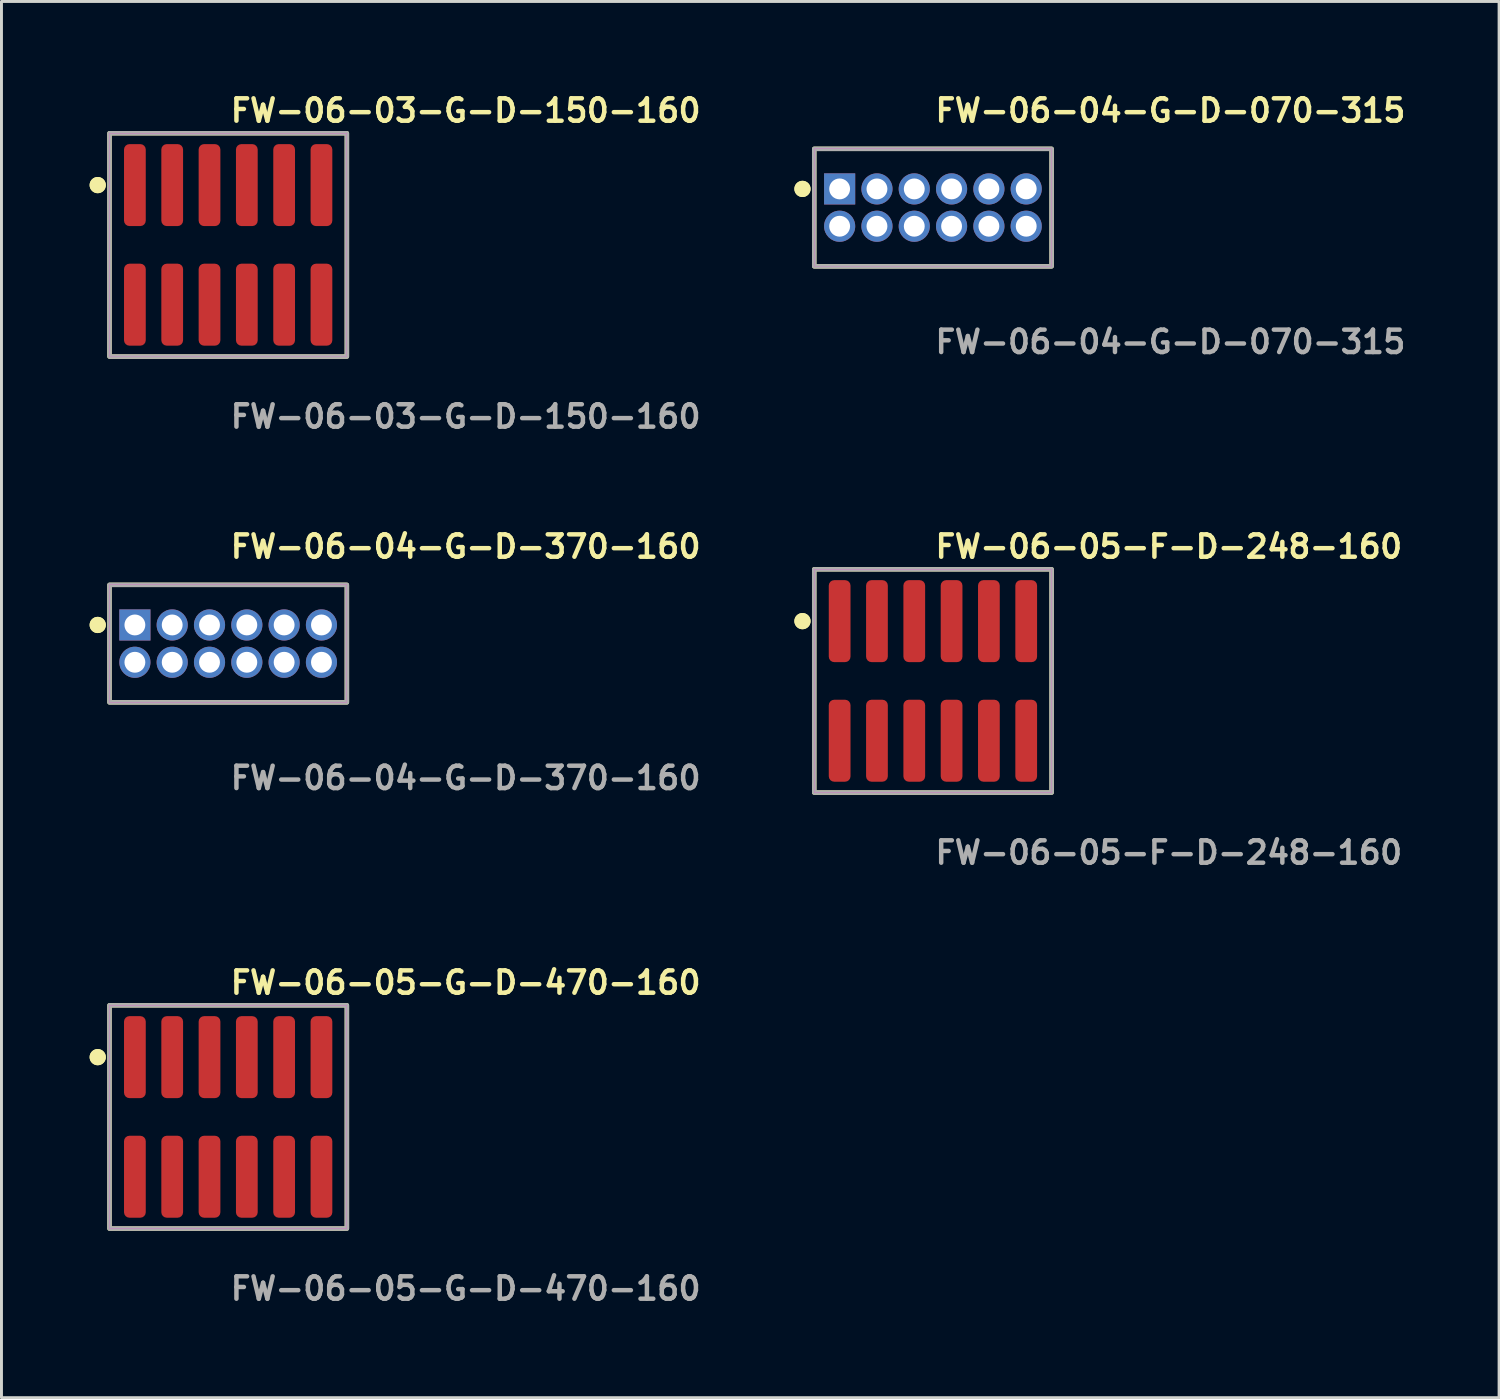
<source format=kicad_pcb>
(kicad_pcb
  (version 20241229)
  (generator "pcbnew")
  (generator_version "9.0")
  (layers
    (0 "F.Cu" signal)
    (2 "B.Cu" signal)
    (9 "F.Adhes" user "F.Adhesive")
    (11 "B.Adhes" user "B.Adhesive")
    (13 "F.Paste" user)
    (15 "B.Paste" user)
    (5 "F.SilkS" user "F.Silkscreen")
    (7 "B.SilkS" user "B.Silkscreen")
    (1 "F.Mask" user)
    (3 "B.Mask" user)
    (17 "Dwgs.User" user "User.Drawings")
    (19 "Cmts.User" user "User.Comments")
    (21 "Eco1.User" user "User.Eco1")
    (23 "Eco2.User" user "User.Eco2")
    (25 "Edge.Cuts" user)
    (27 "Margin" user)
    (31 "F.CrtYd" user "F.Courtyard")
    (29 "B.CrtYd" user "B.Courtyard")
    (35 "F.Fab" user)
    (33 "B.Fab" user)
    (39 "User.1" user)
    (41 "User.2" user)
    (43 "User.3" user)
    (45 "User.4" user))
  (footprint "FW-06-04-G-D-070-315"
    (layer "F.Cu")
    (at 28.703 4.015)
    (property "Reference" "FW-06-04-G-D-070-315" (at 0 -3.302 0) (unlocked yes) (layer "F.SilkS") (effects (font (size 0.762 0.762) (thickness 0.152)) (justify left)))
    (fp_rect (start -4.04 2) (end 4.04 -2) (stroke (width 0.152) (type solid)) (fill no) (layer "F.SilkS"))
    (fp_circle (center -4.44 -0.635) (end -4.64 -0.635) (stroke (width 0.152) (type solid)) (fill yes) (layer "F.SilkS"))
    (fp_circle (center -4.44 -0.635) (end -4.64 -0.635) (stroke (width 0.152) (type solid)) (fill yes) (layer "F.SilkS"))
    (fp_rect (start -4.04 2) (end 4.04 -2) (stroke (width 0.006) (type solid)) (fill no) (layer "F.CrtYd"))
    (fp_rect (start -4.04 2) (end 4.04 -2) (stroke (width 0.152) (type solid)) (fill no) (layer "F.Fab"))
    (fp_text user "${REFERENCE}" (at 0 4.572 0) (unlocked yes) (layer "F.Fab") (effects (font (size 0.762 0.762) (thickness 0.152)) (justify left)))
    (pad "1" thru_hole rect (at -3.175 -0.635) (size 1.06 1.06) (drill 0.71) (layers "*.Cu" "*.Mask"))
    (pad "2" thru_hole circle (at -3.175 0.635) (size 1.06 1.06) (drill 0.71) (layers "*.Cu" "*.Mask"))
    (pad "3" thru_hole circle (at -1.905 -0.635) (size 1.06 1.06) (drill 0.71) (layers "*.Cu" "*.Mask"))
    (pad "4" thru_hole circle (at -1.905 0.635) (size 1.06 1.06) (drill 0.71) (layers "*.Cu" "*.Mask"))
    (pad "5" thru_hole circle (at -0.635 -0.635) (size 1.06 1.06) (drill 0.71) (layers "*.Cu" "*.Mask"))
    (pad "6" thru_hole circle (at -0.635 0.635) (size 1.06 1.06) (drill 0.71) (layers "*.Cu" "*.Mask"))
    (pad "7" thru_hole circle (at 0.635 -0.635) (size 1.06 1.06) (drill 0.71) (layers "*.Cu" "*.Mask"))
    (pad "8" thru_hole circle (at 0.635 0.635) (size 1.06 1.06) (drill 0.71) (layers "*.Cu" "*.Mask"))
    (pad "9" thru_hole circle (at 1.905 -0.635) (size 1.06 1.06) (drill 0.71) (layers "*.Cu" "*.Mask"))
    (pad "10" thru_hole circle (at 1.905 0.635) (size 1.06 1.06) (drill 0.71) (layers "*.Cu" "*.Mask"))
    (pad "11" thru_hole circle (at 3.175 -0.635) (size 1.06 1.06) (drill 0.71) (layers "*.Cu" "*.Mask"))
    (pad "12" thru_hole circle (at 3.175 0.635) (size 1.06 1.06) (drill 0.71) (layers "*.Cu" "*.Mask")))
  (footprint "FW-06-05-F-D-248-160"
    (layer "F.Cu")
    (at 28.703 20.126)
    (property "Reference" "FW-06-05-F-D-248-160" (at 0 -4.572 0) (unlocked yes) (layer "F.SilkS") (effects (font (size 0.762 0.762) (thickness 0.152)) (justify left)))
    (fp_rect (start -4.04 3.8) (end 4.04 -3.8) (stroke (width 0.152) (type solid)) (fill no) (layer "F.SilkS"))
    (fp_circle (center -4.44 -2.035) (end -4.64 -2.035) (stroke (width 0.152) (type solid)) (fill yes) (layer "F.SilkS"))
    (fp_circle (center -4.44 -2.035) (end -4.64 -2.035) (stroke (width 0.152) (type solid)) (fill yes) (layer "F.SilkS"))
    (fp_rect (start -4.04 3.8) (end 4.04 -3.8) (stroke (width 0.006) (type solid)) (fill no) (layer "F.CrtYd"))
    (fp_rect (start -4.04 3.8) (end 4.04 -3.8) (stroke (width 0.152) (type solid)) (fill no) (layer "F.Fab"))
    (fp_text user "${REFERENCE}" (at 0 5.842 0) (unlocked yes) (layer "F.Fab") (effects (font (size 0.762 0.762) (thickness 0.152)) (justify left)))
    (pad "1" smd roundrect (at -3.175 -2.035) (size 0.74 2.79) (layers "F.Cu" "F.Paste") (roundrect_rratio 0.25))
    (pad "2" smd roundrect (at -3.175 2.035) (size 0.74 2.79) (layers "F.Cu" "F.Paste") (roundrect_rratio 0.25))
    (pad "3" smd roundrect (at -1.905 -2.035) (size 0.74 2.79) (layers "F.Cu" "F.Paste") (roundrect_rratio 0.25))
    (pad "4" smd roundrect (at -1.905 2.035) (size 0.74 2.79) (layers "F.Cu" "F.Paste") (roundrect_rratio 0.25))
    (pad "5" smd roundrect (at -0.635 -2.035) (size 0.74 2.79) (layers "F.Cu" "F.Paste") (roundrect_rratio 0.25))
    (pad "6" smd roundrect (at -0.635 2.035) (size 0.74 2.79) (layers "F.Cu" "F.Paste") (roundrect_rratio 0.25))
    (pad "7" smd roundrect (at 0.635 -2.035) (size 0.74 2.79) (layers "F.Cu" "F.Paste") (roundrect_rratio 0.25))
    (pad "8" smd roundrect (at 0.635 2.035) (size 0.74 2.79) (layers "F.Cu" "F.Paste") (roundrect_rratio 0.25))
    (pad "9" smd roundrect (at 1.905 -2.035) (size 0.74 2.79) (layers "F.Cu" "F.Paste") (roundrect_rratio 0.25))
    (pad "10" smd roundrect (at 1.905 2.035) (size 0.74 2.79) (layers "F.Cu" "F.Paste") (roundrect_rratio 0.25))
    (pad "11" smd roundrect (at 3.175 -2.035) (size 0.74 2.79) (layers "F.Cu" "F.Paste") (roundrect_rratio 0.25))
    (pad "12" smd roundrect (at 3.175 2.035) (size 0.74 2.79) (layers "F.Cu" "F.Paste") (roundrect_rratio 0.25)))
  (footprint "FW-06-05-G-D-470-160"
    (layer "F.Cu")
    (at 4.716 34.966)
    (property "Reference" "FW-06-05-G-D-470-160" (at 0 -4.572 0) (unlocked yes) (layer "F.SilkS") (effects (font (size 0.762 0.762) (thickness 0.152)) (justify left)))
    (fp_rect (start -4.04 3.8) (end 4.04 -3.8) (stroke (width 0.152) (type solid)) (fill no) (layer "F.SilkS"))
    (fp_circle (center -4.44 -2.035) (end -4.64 -2.035) (stroke (width 0.152) (type solid)) (fill yes) (layer "F.SilkS"))
    (fp_circle (center -4.44 -2.035) (end -4.64 -2.035) (stroke (width 0.152) (type solid)) (fill yes) (layer "F.SilkS"))
    (fp_rect (start -4.04 3.8) (end 4.04 -3.8) (stroke (width 0.006) (type solid)) (fill no) (layer "F.CrtYd"))
    (fp_rect (start -4.04 3.8) (end 4.04 -3.8) (stroke (width 0.152) (type solid)) (fill no) (layer "F.Fab"))
    (fp_text user "${REFERENCE}" (at 0 5.842 0) (unlocked yes) (layer "F.Fab") (effects (font (size 0.762 0.762) (thickness 0.152)) (justify left)))
    (pad "1" smd roundrect (at -3.175 -2.035) (size 0.74 2.79) (layers "F.Cu" "F.Paste") (roundrect_rratio 0.25))
    (pad "2" smd roundrect (at -3.175 2.035) (size 0.74 2.79) (layers "F.Cu" "F.Paste") (roundrect_rratio 0.25))
    (pad "3" smd roundrect (at -1.905 -2.035) (size 0.74 2.79) (layers "F.Cu" "F.Paste") (roundrect_rratio 0.25))
    (pad "4" smd roundrect (at -1.905 2.035) (size 0.74 2.79) (layers "F.Cu" "F.Paste") (roundrect_rratio 0.25))
    (pad "5" smd roundrect (at -0.635 -2.035) (size 0.74 2.79) (layers "F.Cu" "F.Paste") (roundrect_rratio 0.25))
    (pad "6" smd roundrect (at -0.635 2.035) (size 0.74 2.79) (layers "F.Cu" "F.Paste") (roundrect_rratio 0.25))
    (pad "7" smd roundrect (at 0.635 -2.035) (size 0.74 2.79) (layers "F.Cu" "F.Paste") (roundrect_rratio 0.25))
    (pad "8" smd roundrect (at 0.635 2.035) (size 0.74 2.79) (layers "F.Cu" "F.Paste") (roundrect_rratio 0.25))
    (pad "9" smd roundrect (at 1.905 -2.035) (size 0.74 2.79) (layers "F.Cu" "F.Paste") (roundrect_rratio 0.25))
    (pad "10" smd roundrect (at 1.905 2.035) (size 0.74 2.79) (layers "F.Cu" "F.Paste") (roundrect_rratio 0.25))
    (pad "11" smd roundrect (at 3.175 -2.035) (size 0.74 2.79) (layers "F.Cu" "F.Paste") (roundrect_rratio 0.25))
    (pad "12" smd roundrect (at 3.175 2.035) (size 0.74 2.79) (layers "F.Cu" "F.Paste") (roundrect_rratio 0.25)))
  (footprint "FW-06-04-G-D-370-160"
    (layer "F.Cu")
    (at 4.716 18.856)
    (property "Reference" "FW-06-04-G-D-370-160" (at 0 -3.302 0) (unlocked yes) (layer "F.SilkS") (effects (font (size 0.762 0.762) (thickness 0.152)) (justify left)))
    (fp_rect (start -4.04 2) (end 4.04 -2) (stroke (width 0.152) (type solid)) (fill no) (layer "F.SilkS"))
    (fp_circle (center -4.44 -0.635) (end -4.64 -0.635) (stroke (width 0.152) (type solid)) (fill yes) (layer "F.SilkS"))
    (fp_circle (center -4.44 -0.635) (end -4.64 -0.635) (stroke (width 0.152) (type solid)) (fill yes) (layer "F.SilkS"))
    (fp_rect (start -4.04 2) (end 4.04 -2) (stroke (width 0.006) (type solid)) (fill no) (layer "F.CrtYd"))
    (fp_rect (start -4.04 2) (end 4.04 -2) (stroke (width 0.152) (type solid)) (fill no) (layer "F.Fab"))
    (fp_text user "${REFERENCE}" (at 0 4.572 0) (unlocked yes) (layer "F.Fab") (effects (font (size 0.762 0.762) (thickness 0.152)) (justify left)))
    (pad "1" thru_hole rect (at -3.175 -0.635) (size 1.06 1.06) (drill 0.71) (layers "*.Cu" "*.Mask"))
    (pad "2" thru_hole circle (at -3.175 0.635) (size 1.06 1.06) (drill 0.71) (layers "*.Cu" "*.Mask"))
    (pad "3" thru_hole circle (at -1.905 -0.635) (size 1.06 1.06) (drill 0.71) (layers "*.Cu" "*.Mask"))
    (pad "4" thru_hole circle (at -1.905 0.635) (size 1.06 1.06) (drill 0.71) (layers "*.Cu" "*.Mask"))
    (pad "5" thru_hole circle (at -0.635 -0.635) (size 1.06 1.06) (drill 0.71) (layers "*.Cu" "*.Mask"))
    (pad "6" thru_hole circle (at -0.635 0.635) (size 1.06 1.06) (drill 0.71) (layers "*.Cu" "*.Mask"))
    (pad "7" thru_hole circle (at 0.635 -0.635) (size 1.06 1.06) (drill 0.71) (layers "*.Cu" "*.Mask"))
    (pad "8" thru_hole circle (at 0.635 0.635) (size 1.06 1.06) (drill 0.71) (layers "*.Cu" "*.Mask"))
    (pad "9" thru_hole circle (at 1.905 -0.635) (size 1.06 1.06) (drill 0.71) (layers "*.Cu" "*.Mask"))
    (pad "10" thru_hole circle (at 1.905 0.635) (size 1.06 1.06) (drill 0.71) (layers "*.Cu" "*.Mask"))
    (pad "11" thru_hole circle (at 3.175 -0.635) (size 1.06 1.06) (drill 0.71) (layers "*.Cu" "*.Mask"))
    (pad "12" thru_hole circle (at 3.175 0.635) (size 1.06 1.06) (drill 0.71) (layers "*.Cu" "*.Mask")))
  (footprint "FW-06-03-G-D-150-160"
    (layer "F.Cu")
    (at 4.716 5.285)
    (property "Reference" "FW-06-03-G-D-150-160" (at 0 -4.572 0) (unlocked yes) (layer "F.SilkS") (effects (font (size 0.762 0.762) (thickness 0.152)) (justify left)))
    (fp_rect (start -4.04 3.8) (end 4.04 -3.8) (stroke (width 0.152) (type solid)) (fill no) (layer "F.SilkS"))
    (fp_circle (center -4.44 -2.035) (end -4.64 -2.035) (stroke (width 0.152) (type solid)) (fill yes) (layer "F.SilkS"))
    (fp_circle (center -4.44 -2.035) (end -4.64 -2.035) (stroke (width 0.152) (type solid)) (fill yes) (layer "F.SilkS"))
    (fp_rect (start -4.04 3.8) (end 4.04 -3.8) (stroke (width 0.006) (type solid)) (fill no) (layer "F.CrtYd"))
    (fp_rect (start -4.04 3.8) (end 4.04 -3.8) (stroke (width 0.152) (type solid)) (fill no) (layer "F.Fab"))
    (fp_text user "${REFERENCE}" (at 0 5.842 0) (unlocked yes) (layer "F.Fab") (effects (font (size 0.762 0.762) (thickness 0.152)) (justify left)))
    (pad "1" smd roundrect (at -3.175 -2.035) (size 0.74 2.79) (layers "F.Cu" "F.Paste") (roundrect_rratio 0.25))
    (pad "2" smd roundrect (at -3.175 2.035) (size 0.74 2.79) (layers "F.Cu" "F.Paste") (roundrect_rratio 0.25))
    (pad "3" smd roundrect (at -1.905 -2.035) (size 0.74 2.79) (layers "F.Cu" "F.Paste") (roundrect_rratio 0.25))
    (pad "4" smd roundrect (at -1.905 2.035) (size 0.74 2.79) (layers "F.Cu" "F.Paste") (roundrect_rratio 0.25))
    (pad "5" smd roundrect (at -0.635 -2.035) (size 0.74 2.79) (layers "F.Cu" "F.Paste") (roundrect_rratio 0.25))
    (pad "6" smd roundrect (at -0.635 2.035) (size 0.74 2.79) (layers "F.Cu" "F.Paste") (roundrect_rratio 0.25))
    (pad "7" smd roundrect (at 0.635 -2.035) (size 0.74 2.79) (layers "F.Cu" "F.Paste") (roundrect_rratio 0.25))
    (pad "8" smd roundrect (at 0.635 2.035) (size 0.74 2.79) (layers "F.Cu" "F.Paste") (roundrect_rratio 0.25))
    (pad "9" smd roundrect (at 1.905 -2.035) (size 0.74 2.79) (layers "F.Cu" "F.Paste") (roundrect_rratio 0.25))
    (pad "10" smd roundrect (at 1.905 2.035) (size 0.74 2.79) (layers "F.Cu" "F.Paste") (roundrect_rratio 0.25))
    (pad "11" smd roundrect (at 3.175 -2.035) (size 0.74 2.79) (layers "F.Cu" "F.Paste") (roundrect_rratio 0.25))
    (pad "12" smd roundrect (at 3.175 2.035) (size 0.74 2.79) (layers "F.Cu" "F.Paste") (roundrect_rratio 0.25)))
  (gr_rect
    (start -3 -3)
    (end 47.973 44.521)
    (stroke (width 0.1) (type default))
    (fill no)
    (layer "Edge.Cuts")))
</source>
